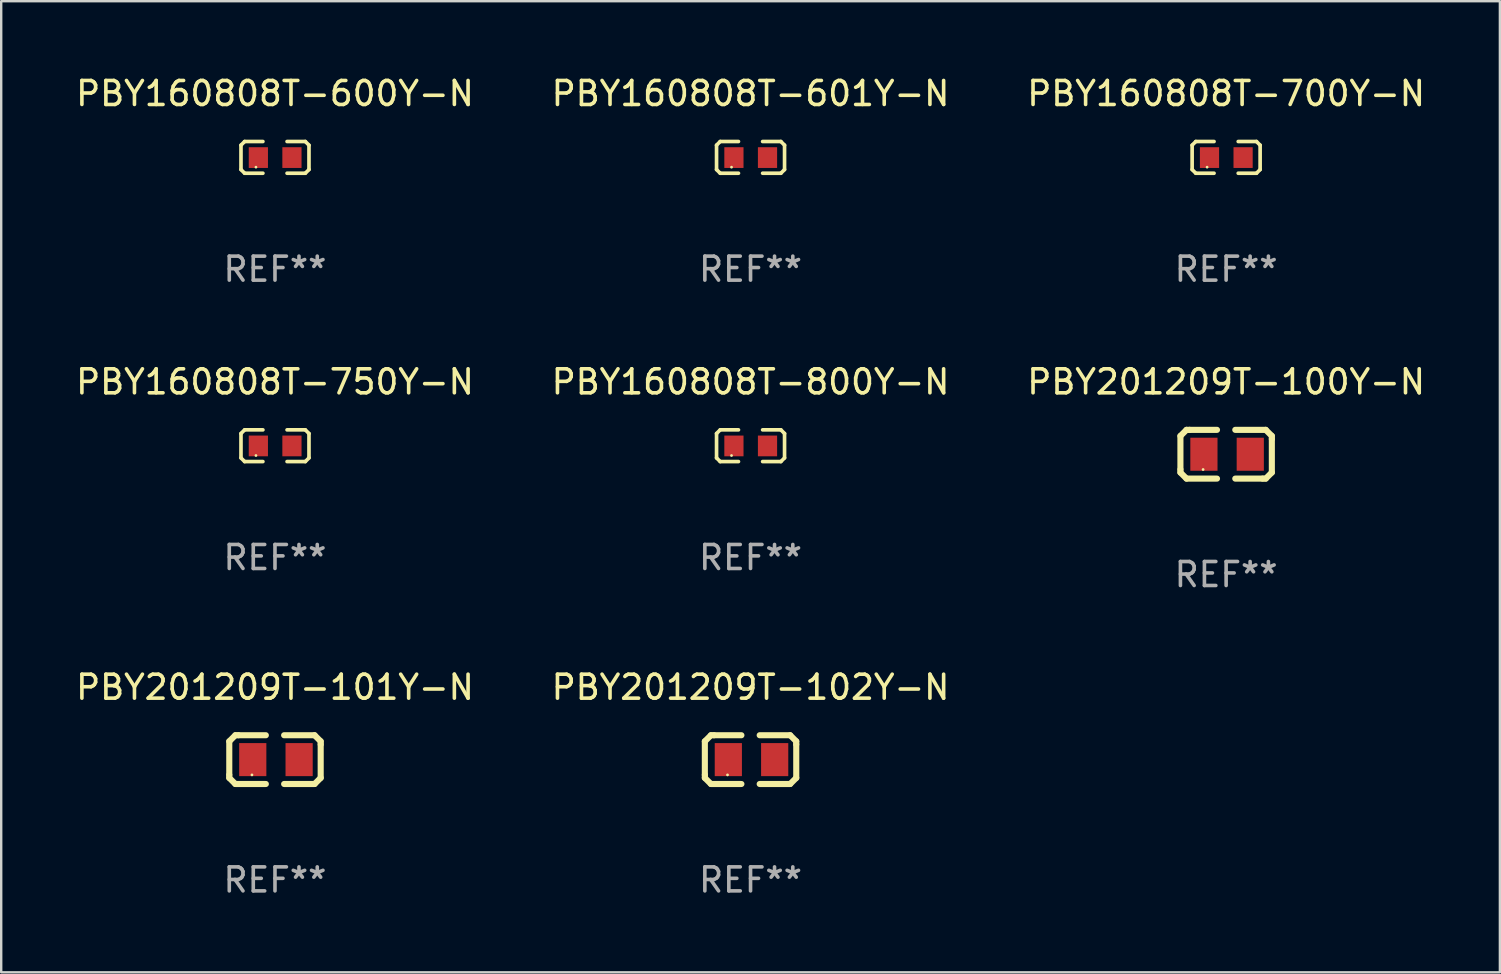
<source format=kicad_pcb>
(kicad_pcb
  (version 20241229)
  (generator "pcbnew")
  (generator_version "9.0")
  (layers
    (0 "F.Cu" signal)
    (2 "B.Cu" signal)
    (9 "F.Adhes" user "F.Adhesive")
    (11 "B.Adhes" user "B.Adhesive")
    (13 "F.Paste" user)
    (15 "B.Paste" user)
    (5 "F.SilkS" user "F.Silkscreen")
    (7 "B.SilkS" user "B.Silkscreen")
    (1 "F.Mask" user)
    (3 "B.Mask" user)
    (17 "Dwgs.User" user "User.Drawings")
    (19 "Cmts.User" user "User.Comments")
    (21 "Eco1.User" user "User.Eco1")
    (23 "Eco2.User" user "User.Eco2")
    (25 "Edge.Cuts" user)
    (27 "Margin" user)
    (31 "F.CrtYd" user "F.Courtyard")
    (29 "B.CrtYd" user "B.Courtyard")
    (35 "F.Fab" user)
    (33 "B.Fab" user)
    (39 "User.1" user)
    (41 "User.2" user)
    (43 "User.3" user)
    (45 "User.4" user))
  (footprint "PBY160808T-601Y-N"
    (layer "F.Cu")
    (at 28.232 3.509)
    (property "Reference" "PBY160808T-601Y-N" (at 0 -2.661 0) (layer "F.SilkS") (effects (font (size 1 1) (thickness 0.15))))
    (attr through_hole)
    (fp_line (start -1.417 -0.508) (end -1.265 -0.661) (stroke (width 0.152) (type solid)) (layer "F.SilkS"))
    (fp_line (start -1.417 0.508) (end -1.417 -0.508) (stroke (width 0.152) (type solid)) (layer "F.SilkS"))
    (fp_line (start -1.265 -0.661) (end -0.503 -0.661) (stroke (width 0.152) (type solid)) (layer "F.SilkS"))
    (fp_line (start -1.265 0.661) (end -1.417 0.508) (stroke (width 0.152) (type solid)) (layer "F.SilkS"))
    (fp_line (start -1.265 0.661) (end -0.503 0.661) (stroke (width 0.152) (type solid)) (layer "F.SilkS"))
    (fp_line (start 1.265 -0.661) (end 0.503 -0.661) (stroke (width 0.152) (type solid)) (layer "F.SilkS"))
    (fp_line (start 1.265 -0.661) (end 1.417 -0.508) (stroke (width 0.152) (type solid)) (layer "F.SilkS"))
    (fp_line (start 1.265 0.661) (end 0.503 0.661) (stroke (width 0.152) (type solid)) (layer "F.SilkS"))
    (fp_line (start 1.417 -0.508) (end 1.417 0.508) (stroke (width 0.152) (type solid)) (layer "F.SilkS"))
    (fp_line (start 1.417 0.508) (end 1.265 0.661) (stroke (width 0.152) (type solid)) (layer "F.SilkS"))
    (fp_circle (center -0.793 0.409) (end -0.763 0.409) (stroke (width 0.06) (type solid)) (fill no) (layer "F.SilkS"))
    (fp_text user "REF**" (at 0 4.661 0) (layer "F.Fab") (effects (font (size 1 1) (thickness 0.15))))
    (pad "1" smd rect (at -0.693 0.009 180) (size 0.8 0.864) (layers "F.Cu" "F.Mask" "F.Paste"))
    (pad "2" smd rect (at 0.707 0.009 180) (size 0.8 0.864) (layers "F.Cu" "F.Mask" "F.Paste")))
  (footprint "PBY160808T-800Y-N"
    (layer "F.Cu")
    (at 28.232 15.527)
    (property "Reference" "PBY160808T-800Y-N" (at 0 -2.661 0) (layer "F.SilkS") (effects (font (size 1 1) (thickness 0.15))))
    (attr through_hole)
    (fp_line (start -1.417 -0.508) (end -1.265 -0.661) (stroke (width 0.152) (type solid)) (layer "F.SilkS"))
    (fp_line (start -1.417 0.508) (end -1.417 -0.508) (stroke (width 0.152) (type solid)) (layer "F.SilkS"))
    (fp_line (start -1.265 -0.661) (end -0.503 -0.661) (stroke (width 0.152) (type solid)) (layer "F.SilkS"))
    (fp_line (start -1.265 0.661) (end -1.417 0.508) (stroke (width 0.152) (type solid)) (layer "F.SilkS"))
    (fp_line (start -1.265 0.661) (end -0.503 0.661) (stroke (width 0.152) (type solid)) (layer "F.SilkS"))
    (fp_line (start 1.265 -0.661) (end 0.503 -0.661) (stroke (width 0.152) (type solid)) (layer "F.SilkS"))
    (fp_line (start 1.265 -0.661) (end 1.417 -0.508) (stroke (width 0.152) (type solid)) (layer "F.SilkS"))
    (fp_line (start 1.265 0.661) (end 0.503 0.661) (stroke (width 0.152) (type solid)) (layer "F.SilkS"))
    (fp_line (start 1.417 -0.508) (end 1.417 0.508) (stroke (width 0.152) (type solid)) (layer "F.SilkS"))
    (fp_line (start 1.417 0.508) (end 1.265 0.661) (stroke (width 0.152) (type solid)) (layer "F.SilkS"))
    (fp_circle (center -0.793 0.409) (end -0.763 0.409) (stroke (width 0.06) (type solid)) (fill no) (layer "F.SilkS"))
    (fp_text user "REF**" (at 0 4.661 0) (layer "F.Fab") (effects (font (size 1 1) (thickness 0.15))))
    (pad "1" smd rect (at -0.693 0.009 180) (size 0.8 0.864) (layers "F.Cu" "F.Mask" "F.Paste"))
    (pad "2" smd rect (at 0.707 0.009 180) (size 0.8 0.864) (layers "F.Cu" "F.Mask" "F.Paste")))
  (footprint "PBY160808T-600Y-N"
    (layer "F.Cu")
    (at 8.411 3.509)
    (property "Reference" "PBY160808T-600Y-N" (at 0 -2.661 0) (layer "F.SilkS") (effects (font (size 1 1) (thickness 0.15))))
    (attr through_hole)
    (fp_line (start -1.417 -0.508) (end -1.265 -0.661) (stroke (width 0.152) (type solid)) (layer "F.SilkS"))
    (fp_line (start -1.417 0.508) (end -1.417 -0.508) (stroke (width 0.152) (type solid)) (layer "F.SilkS"))
    (fp_line (start -1.265 -0.661) (end -0.503 -0.661) (stroke (width 0.152) (type solid)) (layer "F.SilkS"))
    (fp_line (start -1.265 0.661) (end -1.417 0.508) (stroke (width 0.152) (type solid)) (layer "F.SilkS"))
    (fp_line (start -1.265 0.661) (end -0.503 0.661) (stroke (width 0.152) (type solid)) (layer "F.SilkS"))
    (fp_line (start 1.265 -0.661) (end 0.503 -0.661) (stroke (width 0.152) (type solid)) (layer "F.SilkS"))
    (fp_line (start 1.265 -0.661) (end 1.417 -0.508) (stroke (width 0.152) (type solid)) (layer "F.SilkS"))
    (fp_line (start 1.265 0.661) (end 0.503 0.661) (stroke (width 0.152) (type solid)) (layer "F.SilkS"))
    (fp_line (start 1.417 -0.508) (end 1.417 0.508) (stroke (width 0.152) (type solid)) (layer "F.SilkS"))
    (fp_line (start 1.417 0.508) (end 1.265 0.661) (stroke (width 0.152) (type solid)) (layer "F.SilkS"))
    (fp_circle (center -0.793 0.409) (end -0.763 0.409) (stroke (width 0.06) (type solid)) (fill no) (layer "F.SilkS"))
    (fp_text user "REF**" (at 0 4.661 0) (layer "F.Fab") (effects (font (size 1 1) (thickness 0.15))))
    (pad "1" smd rect (at -0.693 0.009 180) (size 0.8 0.864) (layers "F.Cu" "F.Mask" "F.Paste"))
    (pad "2" smd rect (at 0.707 0.009 180) (size 0.8 0.864) (layers "F.Cu" "F.Mask" "F.Paste")))
  (footprint "PBY160808T-700Y-N"
    (layer "F.Cu")
    (at 48.054 3.509)
    (property "Reference" "PBY160808T-700Y-N" (at 0 -2.661 0) (layer "F.SilkS") (effects (font (size 1 1) (thickness 0.15))))
    (attr through_hole)
    (fp_line (start -1.417 -0.508) (end -1.265 -0.661) (stroke (width 0.152) (type solid)) (layer "F.SilkS"))
    (fp_line (start -1.417 0.508) (end -1.417 -0.508) (stroke (width 0.152) (type solid)) (layer "F.SilkS"))
    (fp_line (start -1.265 -0.661) (end -0.503 -0.661) (stroke (width 0.152) (type solid)) (layer "F.SilkS"))
    (fp_line (start -1.265 0.661) (end -1.417 0.508) (stroke (width 0.152) (type solid)) (layer "F.SilkS"))
    (fp_line (start -1.265 0.661) (end -0.503 0.661) (stroke (width 0.152) (type solid)) (layer "F.SilkS"))
    (fp_line (start 1.265 -0.661) (end 0.503 -0.661) (stroke (width 0.152) (type solid)) (layer "F.SilkS"))
    (fp_line (start 1.265 -0.661) (end 1.417 -0.508) (stroke (width 0.152) (type solid)) (layer "F.SilkS"))
    (fp_line (start 1.265 0.661) (end 0.503 0.661) (stroke (width 0.152) (type solid)) (layer "F.SilkS"))
    (fp_line (start 1.417 -0.508) (end 1.417 0.508) (stroke (width 0.152) (type solid)) (layer "F.SilkS"))
    (fp_line (start 1.417 0.508) (end 1.265 0.661) (stroke (width 0.152) (type solid)) (layer "F.SilkS"))
    (fp_circle (center -0.793 0.409) (end -0.763 0.409) (stroke (width 0.06) (type solid)) (fill no) (layer "F.SilkS"))
    (fp_text user "REF**" (at 0 4.661 0) (layer "F.Fab") (effects (font (size 1 1) (thickness 0.15))))
    (pad "1" smd rect (at -0.693 0.009 180) (size 0.8 0.864) (layers "F.Cu" "F.Mask" "F.Paste"))
    (pad "2" smd rect (at 0.707 0.009 180) (size 0.8 0.864) (layers "F.Cu" "F.Mask" "F.Paste")))
  (footprint "PBY160808T-750Y-N"
    (layer "F.Cu")
    (at 8.411 15.527)
    (property "Reference" "PBY160808T-750Y-N" (at 0 -2.661 0) (layer "F.SilkS") (effects (font (size 1 1) (thickness 0.15))))
    (attr through_hole)
    (fp_line (start -1.417 -0.508) (end -1.265 -0.661) (stroke (width 0.152) (type solid)) (layer "F.SilkS"))
    (fp_line (start -1.417 0.508) (end -1.417 -0.508) (stroke (width 0.152) (type solid)) (layer "F.SilkS"))
    (fp_line (start -1.265 -0.661) (end -0.503 -0.661) (stroke (width 0.152) (type solid)) (layer "F.SilkS"))
    (fp_line (start -1.265 0.661) (end -1.417 0.508) (stroke (width 0.152) (type solid)) (layer "F.SilkS"))
    (fp_line (start -1.265 0.661) (end -0.503 0.661) (stroke (width 0.152) (type solid)) (layer "F.SilkS"))
    (fp_line (start 1.265 -0.661) (end 0.503 -0.661) (stroke (width 0.152) (type solid)) (layer "F.SilkS"))
    (fp_line (start 1.265 -0.661) (end 1.417 -0.508) (stroke (width 0.152) (type solid)) (layer "F.SilkS"))
    (fp_line (start 1.265 0.661) (end 0.503 0.661) (stroke (width 0.152) (type solid)) (layer "F.SilkS"))
    (fp_line (start 1.417 -0.508) (end 1.417 0.508) (stroke (width 0.152) (type solid)) (layer "F.SilkS"))
    (fp_line (start 1.417 0.508) (end 1.265 0.661) (stroke (width 0.152) (type solid)) (layer "F.SilkS"))
    (fp_circle (center -0.793 0.409) (end -0.763 0.409) (stroke (width 0.06) (type solid)) (fill no) (layer "F.SilkS"))
    (fp_text user "REF**" (at 0 4.661 0) (layer "F.Fab") (effects (font (size 1 1) (thickness 0.15))))
    (pad "1" smd rect (at -0.693 0.009 180) (size 0.8 0.864) (layers "F.Cu" "F.Mask" "F.Paste"))
    (pad "2" smd rect (at 0.707 0.009 180) (size 0.8 0.864) (layers "F.Cu" "F.Mask" "F.Paste")))
  (footprint "PBY201209T-102Y-N"
    (layer "F.Cu")
    (at 28.232 28.61)
    (property "Reference" "PBY201209T-102Y-N" (at 0 -3.016 0) (layer "F.SilkS") (effects (font (size 1 1) (thickness 0.15))))
    (attr through_hole)
    (fp_line (start -1.905 -0.762) (end -1.905 0.635) (stroke (width 0.254) (type solid)) (layer "F.SilkS"))
    (fp_line (start -1.905 0.635) (end -1.905 0.762) (stroke (width 0.254) (type solid)) (layer "F.SilkS"))
    (fp_line (start -1.905 0.762) (end -1.651 1.016) (stroke (width 0.254) (type solid)) (layer "F.SilkS"))
    (fp_line (start -1.651 -1.016) (end -1.905 -0.762) (stroke (width 0.254) (type solid)) (layer "F.SilkS"))
    (fp_line (start -1.651 1.016) (end -0.381 1.016) (stroke (width 0.254) (type solid)) (layer "F.SilkS"))
    (fp_line (start -1.524 -1.016) (end -1.651 -1.016) (stroke (width 0.254) (type solid)) (layer "F.SilkS"))
    (fp_line (start -0.381 -1.016) (end -1.524 -1.016) (stroke (width 0.254) (type solid)) (layer "F.SilkS"))
    (fp_line (start 0.381 1.016) (end 1.524 1.016) (stroke (width 0.254) (type solid)) (layer "F.SilkS"))
    (fp_line (start 1.524 1.016) (end 1.651 1.016) (stroke (width 0.254) (type solid)) (layer "F.SilkS"))
    (fp_line (start 1.651 -1.016) (end 0.381 -1.016) (stroke (width 0.254) (type solid)) (layer "F.SilkS"))
    (fp_line (start 1.651 1.016) (end 1.905 0.762) (stroke (width 0.254) (type solid)) (layer "F.SilkS"))
    (fp_line (start 1.905 -0.762) (end 1.651 -1.016) (stroke (width 0.254) (type solid)) (layer "F.SilkS"))
    (fp_line (start 1.905 -0.635) (end 1.905 -0.762) (stroke (width 0.254) (type solid)) (layer "F.SilkS"))
    (fp_line (start 1.905 0.762) (end 1.905 -0.635) (stroke (width 0.254) (type solid)) (layer "F.SilkS"))
    (fp_circle (center -0.96 0.637) (end -0.93 0.637) (stroke (width 0.06) (type solid)) (fill no) (layer "F.SilkS"))
    (fp_text user "REF**" (at 0 5.016 0) (layer "F.Fab") (effects (font (size 1 1) (thickness 0.15))))
    (pad "1" smd rect (at -0.926 -0.000051) (size 1.133 1.377) (layers "F.Cu" "F.Mask" "F.Paste"))
    (pad "2" smd rect (at 1.006 -0.000051) (size 1.133 1.377) (layers "F.Cu" "F.Mask" "F.Paste")))
  (footprint "PBY201209T-100Y-N"
    (layer "F.Cu")
    (at 48.054 15.882)
    (property "Reference" "PBY201209T-100Y-N" (at 0 -3.016 0) (layer "F.SilkS") (effects (font (size 1 1) (thickness 0.15))))
    (attr through_hole)
    (fp_line (start -1.905 -0.762) (end -1.905 0.635) (stroke (width 0.254) (type solid)) (layer "F.SilkS"))
    (fp_line (start -1.905 0.635) (end -1.905 0.762) (stroke (width 0.254) (type solid)) (layer "F.SilkS"))
    (fp_line (start -1.905 0.762) (end -1.651 1.016) (stroke (width 0.254) (type solid)) (layer "F.SilkS"))
    (fp_line (start -1.651 -1.016) (end -1.905 -0.762) (stroke (width 0.254) (type solid)) (layer "F.SilkS"))
    (fp_line (start -1.651 1.016) (end -0.381 1.016) (stroke (width 0.254) (type solid)) (layer "F.SilkS"))
    (fp_line (start -1.524 -1.016) (end -1.651 -1.016) (stroke (width 0.254) (type solid)) (layer "F.SilkS"))
    (fp_line (start -0.381 -1.016) (end -1.524 -1.016) (stroke (width 0.254) (type solid)) (layer "F.SilkS"))
    (fp_line (start 0.381 1.016) (end 1.524 1.016) (stroke (width 0.254) (type solid)) (layer "F.SilkS"))
    (fp_line (start 1.524 1.016) (end 1.651 1.016) (stroke (width 0.254) (type solid)) (layer "F.SilkS"))
    (fp_line (start 1.651 -1.016) (end 0.381 -1.016) (stroke (width 0.254) (type solid)) (layer "F.SilkS"))
    (fp_line (start 1.651 1.016) (end 1.905 0.762) (stroke (width 0.254) (type solid)) (layer "F.SilkS"))
    (fp_line (start 1.905 -0.762) (end 1.651 -1.016) (stroke (width 0.254) (type solid)) (layer "F.SilkS"))
    (fp_line (start 1.905 -0.635) (end 1.905 -0.762) (stroke (width 0.254) (type solid)) (layer "F.SilkS"))
    (fp_line (start 1.905 0.762) (end 1.905 -0.635) (stroke (width 0.254) (type solid)) (layer "F.SilkS"))
    (fp_circle (center -0.96 0.637) (end -0.93 0.637) (stroke (width 0.06) (type solid)) (fill no) (layer "F.SilkS"))
    (fp_text user "REF**" (at 0 5.016 0) (layer "F.Fab") (effects (font (size 1 1) (thickness 0.15))))
    (pad "1" smd rect (at -0.926 -0.000051) (size 1.133 1.377) (layers "F.Cu" "F.Mask" "F.Paste"))
    (pad "2" smd rect (at 1.006 -0.000051) (size 1.133 1.377) (layers "F.Cu" "F.Mask" "F.Paste")))
  (footprint "PBY201209T-101Y-N"
    (layer "F.Cu")
    (at 8.411 28.61)
    (property "Reference" "PBY201209T-101Y-N" (at 0 -3.016 0) (layer "F.SilkS") (effects (font (size 1 1) (thickness 0.15))))
    (attr through_hole)
    (fp_line (start -1.905 -0.762) (end -1.905 0.635) (stroke (width 0.254) (type solid)) (layer "F.SilkS"))
    (fp_line (start -1.905 0.635) (end -1.905 0.762) (stroke (width 0.254) (type solid)) (layer "F.SilkS"))
    (fp_line (start -1.905 0.762) (end -1.651 1.016) (stroke (width 0.254) (type solid)) (layer "F.SilkS"))
    (fp_line (start -1.651 -1.016) (end -1.905 -0.762) (stroke (width 0.254) (type solid)) (layer "F.SilkS"))
    (fp_line (start -1.651 1.016) (end -0.381 1.016) (stroke (width 0.254) (type solid)) (layer "F.SilkS"))
    (fp_line (start -1.524 -1.016) (end -1.651 -1.016) (stroke (width 0.254) (type solid)) (layer "F.SilkS"))
    (fp_line (start -0.381 -1.016) (end -1.524 -1.016) (stroke (width 0.254) (type solid)) (layer "F.SilkS"))
    (fp_line (start 0.381 1.016) (end 1.524 1.016) (stroke (width 0.254) (type solid)) (layer "F.SilkS"))
    (fp_line (start 1.524 1.016) (end 1.651 1.016) (stroke (width 0.254) (type solid)) (layer "F.SilkS"))
    (fp_line (start 1.651 -1.016) (end 0.381 -1.016) (stroke (width 0.254) (type solid)) (layer "F.SilkS"))
    (fp_line (start 1.651 1.016) (end 1.905 0.762) (stroke (width 0.254) (type solid)) (layer "F.SilkS"))
    (fp_line (start 1.905 -0.762) (end 1.651 -1.016) (stroke (width 0.254) (type solid)) (layer "F.SilkS"))
    (fp_line (start 1.905 -0.635) (end 1.905 -0.762) (stroke (width 0.254) (type solid)) (layer "F.SilkS"))
    (fp_line (start 1.905 0.762) (end 1.905 -0.635) (stroke (width 0.254) (type solid)) (layer "F.SilkS"))
    (fp_circle (center -0.96 0.637) (end -0.93 0.637) (stroke (width 0.06) (type solid)) (fill no) (layer "F.SilkS"))
    (fp_text user "REF**" (at 0 5.016 0) (layer "F.Fab") (effects (font (size 1 1) (thickness 0.15))))
    (pad "1" smd rect (at -0.926 -0.000051) (size 1.133 1.377) (layers "F.Cu" "F.Mask" "F.Paste"))
    (pad "2" smd rect (at 1.006 -0.000051) (size 1.133 1.377) (layers "F.Cu" "F.Mask" "F.Paste")))
  (gr_rect
    (start -3 -3)
    (end 59.464 37.475)
    (stroke (width 0.1) (type default))
    (fill no)
    (layer "Edge.Cuts")))
</source>
